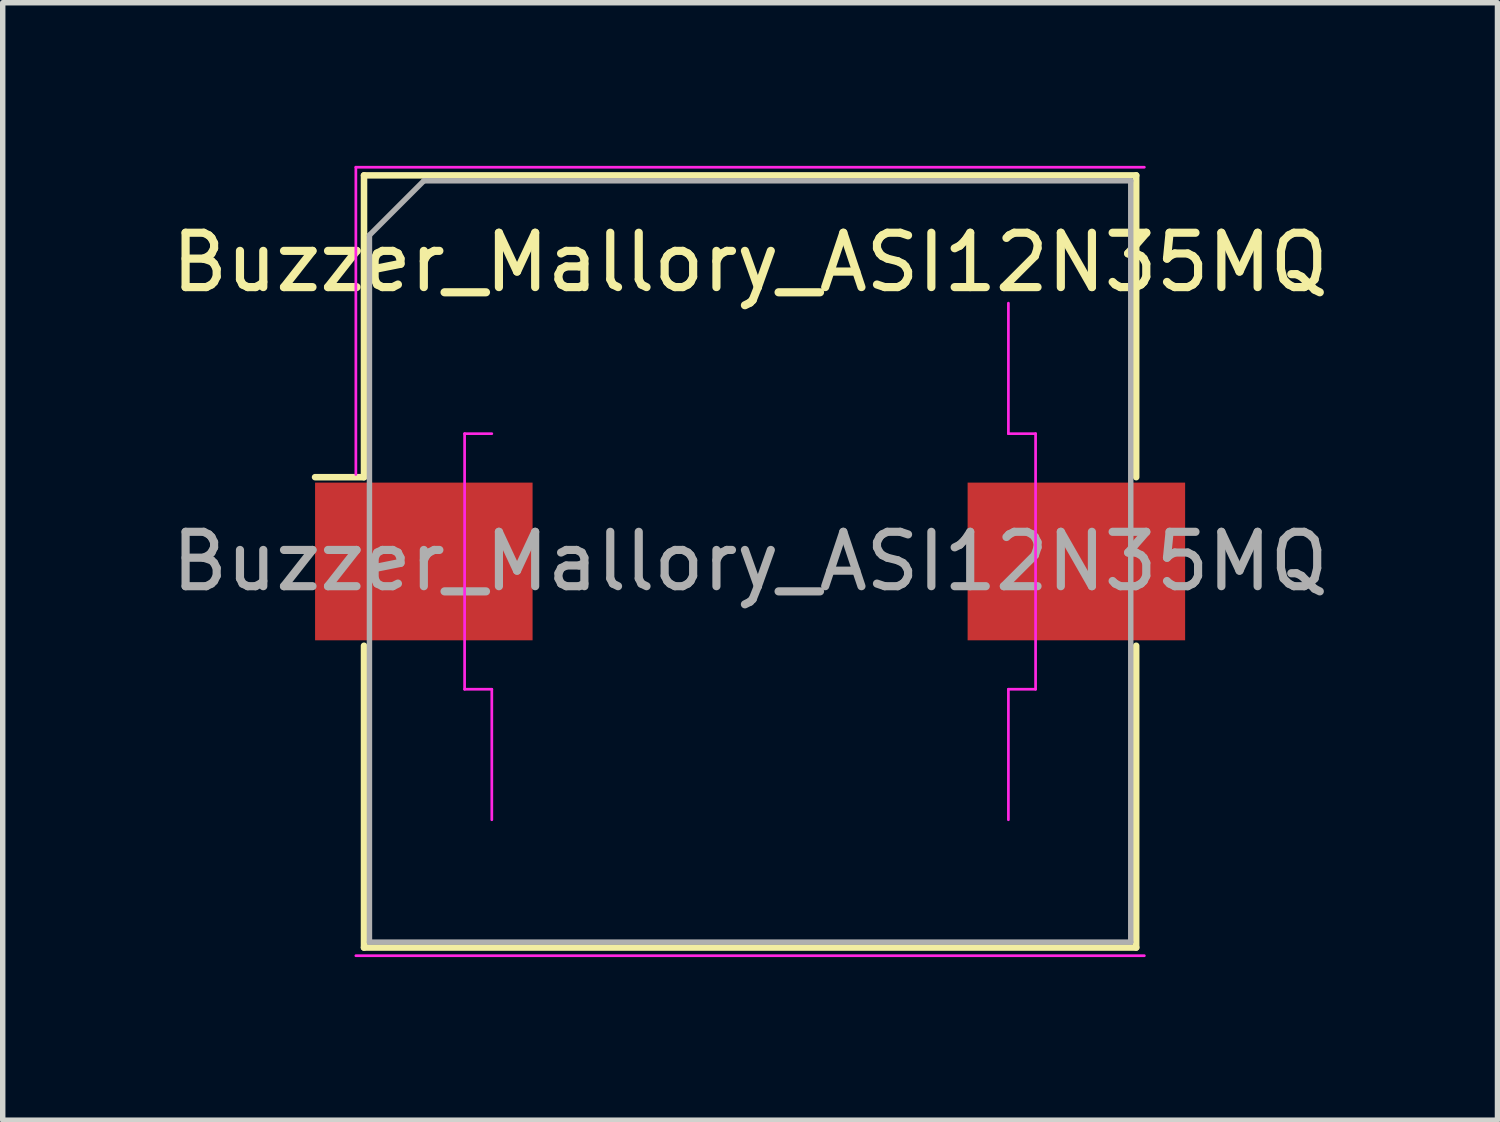
<source format=kicad_pcb>
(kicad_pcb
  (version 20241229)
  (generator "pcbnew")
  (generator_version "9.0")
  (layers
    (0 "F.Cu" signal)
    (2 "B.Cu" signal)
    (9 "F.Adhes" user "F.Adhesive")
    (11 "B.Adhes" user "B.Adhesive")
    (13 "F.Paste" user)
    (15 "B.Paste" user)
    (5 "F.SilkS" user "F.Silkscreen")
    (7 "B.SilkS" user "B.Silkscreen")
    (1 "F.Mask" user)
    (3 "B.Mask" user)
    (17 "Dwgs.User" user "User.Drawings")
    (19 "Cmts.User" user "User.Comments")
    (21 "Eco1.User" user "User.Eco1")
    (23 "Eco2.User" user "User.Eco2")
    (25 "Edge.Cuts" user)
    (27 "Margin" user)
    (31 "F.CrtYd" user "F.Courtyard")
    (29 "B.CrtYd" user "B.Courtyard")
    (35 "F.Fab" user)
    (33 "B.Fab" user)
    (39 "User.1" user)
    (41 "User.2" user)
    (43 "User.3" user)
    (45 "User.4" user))
  (footprint "Buzzer_Mallory_ASI12N35MQ"
    (layer "F.Cu")
    (at 10.744 7.275)
    (property "Reference" "Buzzer_Mallory_ASI12N35MQ" (at 0 -5.5 0) (layer "F.SilkS") (effects (font (size 1 1) (thickness 0.15))))
    (attr smd)
    (fp_line (start -7.1 -7.1) (end -7.1 -1.55) (stroke (width 0.12) (type solid)) (layer "F.SilkS"))
    (fp_line (start -7.1 -7.1) (end 7.1 -7.1) (stroke (width 0.12) (type solid)) (layer "F.SilkS"))
    (fp_line (start -7.1 -1.55) (end -8 -1.55) (stroke (width 0.12) (type solid)) (layer "F.SilkS"))
    (fp_line (start -7.1 1.55) (end -7.1 7.1) (stroke (width 0.12) (type solid)) (layer "F.SilkS"))
    (fp_line (start 7.1 -7.1) (end 7.1 -1.55) (stroke (width 0.12) (type solid)) (layer "F.SilkS"))
    (fp_line (start 7.1 1.55) (end 7.1 7.1) (stroke (width 0.12) (type solid)) (layer "F.SilkS"))
    (fp_line (start 7.1 7.1) (end -7.1 7.1) (stroke (width 0.12) (type solid)) (layer "F.SilkS"))
    (fp_line (start -7.25 -7.25) (end 7.25 -7.25) (stroke (width 0.05) (type solid)) (layer "F.CrtYd"))
    (fp_line (start -7.25 -1.6) (end -7.25 -7.25) (stroke (width 0.05) (type solid)) (layer "F.CrtYd"))
    (fp_line (start -5.25 -2.35) (end -4.75 -2.35) (stroke (width 0.05) (type solid)) (layer "F.CrtYd"))
    (fp_line (start -5.25 2.35) (end -5.25 -2.35) (stroke (width 0.05) (type solid)) (layer "F.CrtYd"))
    (fp_line (start -4.75 2.35) (end -5.25 2.35) (stroke (width 0.05) (type solid)) (layer "F.CrtYd"))
    (fp_line (start -4.75 4.75) (end -4.75 2.35) (stroke (width 0.05) (type solid)) (layer "F.CrtYd"))
    (fp_line (start 4.75 -4.75) (end 4.75 -2.35) (stroke (width 0.05) (type solid)) (layer "F.CrtYd"))
    (fp_line (start 4.75 -2.35) (end 5.25 -2.35) (stroke (width 0.05) (type solid)) (layer "F.CrtYd"))
    (fp_line (start 4.75 2.35) (end 4.75 4.75) (stroke (width 0.05) (type solid)) (layer "F.CrtYd"))
    (fp_line (start 5.25 -2.35) (end 5.25 2.35) (stroke (width 0.05) (type solid)) (layer "F.CrtYd"))
    (fp_line (start 5.25 2.35) (end 4.75 2.35) (stroke (width 0.05) (type solid)) (layer "F.CrtYd"))
    (fp_line (start 7.25 7.25) (end -7.25 7.25) (stroke (width 0.05) (type solid)) (layer "F.CrtYd"))
    (fp_line (start -7 -6) (end -7 7) (stroke (width 0.1) (type solid)) (layer "F.Fab"))
    (fp_line (start -7 7) (end 7 7) (stroke (width 0.1) (type solid)) (layer "F.Fab"))
    (fp_line (start -6 -7) (end -7 -6) (stroke (width 0.1) (type solid)) (layer "F.Fab"))
    (fp_line (start 7 -7) (end -6 -7) (stroke (width 0.1) (type solid)) (layer "F.Fab"))
    (fp_line (start 7 7) (end 7 -7) (stroke (width 0.1) (type solid)) (layer "F.Fab"))
    (fp_text user "${REFERENCE}" (at 0 0 0) (layer "F.Fab") (effects (font (size 1 1) (thickness 0.15))))
    (pad "1" smd rect (at -6 0) (size 4 2.9) (layers "F.Cu" "F.Mask" "F.Paste"))
    (pad "2" smd rect (at 6 0) (size 4 2.9) (layers "F.Cu" "F.Mask" "F.Paste")))
  (gr_rect
    (start -3 -3)
    (end 24.488 17.55)
    (stroke (width 0.1) (type default))
    (fill no)
    (layer "Edge.Cuts")))
</source>
